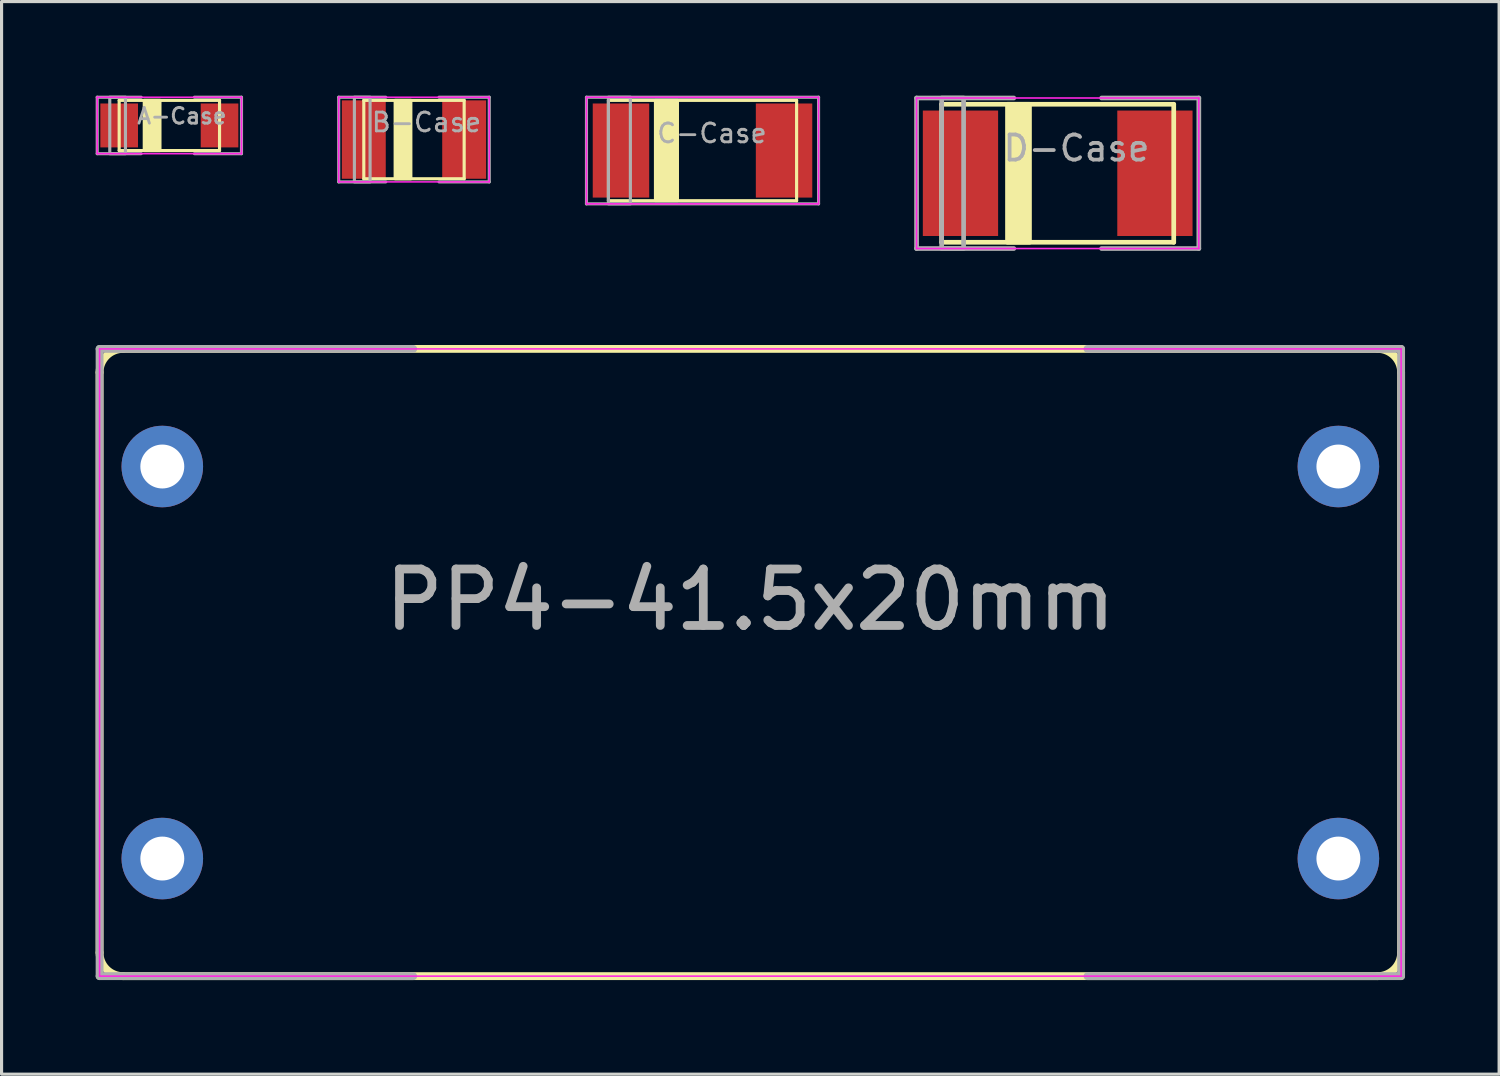
<source format=kicad_pcb>
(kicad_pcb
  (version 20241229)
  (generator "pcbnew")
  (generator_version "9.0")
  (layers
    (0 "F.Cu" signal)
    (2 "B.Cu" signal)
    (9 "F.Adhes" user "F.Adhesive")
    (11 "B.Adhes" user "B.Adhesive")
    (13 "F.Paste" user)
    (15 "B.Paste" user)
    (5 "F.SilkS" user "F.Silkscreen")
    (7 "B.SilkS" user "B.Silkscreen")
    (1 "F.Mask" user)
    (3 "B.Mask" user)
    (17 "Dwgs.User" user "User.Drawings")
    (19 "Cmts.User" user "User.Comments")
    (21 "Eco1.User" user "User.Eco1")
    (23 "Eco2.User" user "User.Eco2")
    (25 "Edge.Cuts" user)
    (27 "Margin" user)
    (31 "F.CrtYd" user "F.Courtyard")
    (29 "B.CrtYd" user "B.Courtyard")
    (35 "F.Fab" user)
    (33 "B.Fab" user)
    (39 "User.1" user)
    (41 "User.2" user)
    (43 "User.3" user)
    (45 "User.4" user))
  (footprint "D-Case"
    (layer "F.Cu")
    (at 30.675 2.475)
    (property "Reference" "D-Case" (at 0.6 -0.8 0) (layer "F.Fab") (effects (font (size 0.8 0.8) (thickness 0.12))))
    (attr smd)
    (fp_line (start -3.7 -2.2) (end 3.7 -2.2) (stroke (width 0.15) (type solid)) (layer "F.SilkS"))
    (fp_line (start -3.7 2.2) (end -3.7 -2.2) (stroke (width 0.15) (type solid)) (layer "F.SilkS"))
    (fp_line (start -3.7 2.2) (end 3.7 2.2) (stroke (width 0.15) (type solid)) (layer "F.SilkS"))
    (fp_line (start 3.7 2.2) (end 3.7 -2.2) (stroke (width 0.15) (type solid)) (layer "F.SilkS"))
    (fp_poly (pts (xy -1.6 -2.2) (xy -0.9 -2.2) (xy -0.9 2.2) (xy -1.6 2.2)) (stroke (width 0.15) (type solid)) (fill yes) (layer "F.SilkS"))
    (fp_line (start -4.5 -2.4) (end -4.5 2.4) (stroke (width 0.05) (type solid)) (layer "F.CrtYd"))
    (fp_line (start -4.5 -2.4) (end 4.5 -2.4) (stroke (width 0.05) (type solid)) (layer "F.CrtYd"))
    (fp_line (start -4.5 2.4) (end 4.5 2.4) (stroke (width 0.05) (type solid)) (layer "F.CrtYd"))
    (fp_line (start 4.5 -2.4) (end 4.5 2.4) (stroke (width 0.05) (type solid)) (layer "F.CrtYd"))
    (fp_line (start -4.5 -2.4) (end -4.5 2.4) (stroke (width 0.15) (type solid)) (layer "F.Fab"))
    (fp_line (start -1.4 -2.4) (end -4.5 -2.4) (stroke (width 0.15) (type solid)) (layer "F.Fab"))
    (fp_line (start -1.4 2.4) (end -4.5 2.4) (stroke (width 0.15) (type solid)) (layer "F.Fab"))
    (fp_line (start 4.5 -2.4) (end 1.4 -2.4) (stroke (width 0.15) (type solid)) (layer "F.Fab"))
    (fp_line (start 4.5 -2.4) (end 4.5 2.4) (stroke (width 0.15) (type solid)) (layer "F.Fab"))
    (fp_line (start 4.5 2.4) (end 1.4 2.4) (stroke (width 0.15) (type solid)) (layer "F.Fab"))
    (fp_poly (pts (xy -3.7 -2.4) (xy -3.7 2.4) (xy -3 2.4) (xy -3 -2.4)) (stroke (width 0.15) (type solid)) (fill no) (layer "F.Fab"))
    (pad "1" smd rect (at -3.1 0) (size 2.4 4) (layers "F.Cu" "F.Mask" "F.Paste"))
    (pad "2" smd rect (at 3.1 0) (size 2.4 4) (layers "F.Cu" "F.Mask" "F.Paste")))
  (footprint "B-Case"
    (layer "F.Cu")
    (at 10.15 1.4)
    (property "Reference" "B-Case" (at 0.4 -0.55 0) (layer "F.Fab") (effects (font (size 0.6 0.6) (thickness 0.09))))
    (attr smd)
    (fp_line (start -1.6 -1.25) (end 1.6 -1.25) (stroke (width 0.1) (type solid)) (layer "F.SilkS"))
    (fp_line (start -1.6 1.25) (end -1.6 -1.25) (stroke (width 0.1) (type solid)) (layer "F.SilkS"))
    (fp_line (start 1.6 -1.25) (end 1.6 1.25) (stroke (width 0.1) (type solid)) (layer "F.SilkS"))
    (fp_line (start 1.6 1.25) (end -1.6 1.25) (stroke (width 0.1) (type solid)) (layer "F.SilkS"))
    (fp_poly (pts (xy -0.6 -1.25) (xy -0.1 -1.25) (xy -0.1 1.25) (xy -0.6 1.25)) (stroke (width 0.1) (type solid)) (fill yes) (layer "F.SilkS"))
    (fp_line (start -2.4 -1.35) (end 2.4 -1.35) (stroke (width 0.05) (type solid)) (layer "F.CrtYd"))
    (fp_line (start -2.4 1.35) (end -2.4 -1.35) (stroke (width 0.05) (type solid)) (layer "F.CrtYd"))
    (fp_line (start 2.4 -1.35) (end 2.4 1.35) (stroke (width 0.05) (type solid)) (layer "F.CrtYd"))
    (fp_line (start 2.4 1.35) (end -2.4 1.35) (stroke (width 0.05) (type solid)) (layer "F.CrtYd"))
    (fp_line (start -2.4 -1.35) (end -2.4 1.35) (stroke (width 0.1) (type solid)) (layer "F.Fab"))
    (fp_line (start -2.4 1.35) (end -0.9 1.35) (stroke (width 0.1) (type solid)) (layer "F.Fab"))
    (fp_line (start -0.9 -1.35) (end -2.4 -1.35) (stroke (width 0.1) (type solid)) (layer "F.Fab"))
    (fp_line (start 0.8 -1.35) (end 2.4 -1.35) (stroke (width 0.1) (type solid)) (layer "F.Fab"))
    (fp_line (start 2.4 -1.35) (end 2.4 1.35) (stroke (width 0.1) (type solid)) (layer "F.Fab"))
    (fp_line (start 2.4 1.35) (end 0.8 1.35) (stroke (width 0.1) (type solid)) (layer "F.Fab"))
    (fp_poly (pts (xy -1.9 -1.35) (xy -1.9 1.35) (xy -1.4 1.35) (xy -1.4 -1.35)) (stroke (width 0.1) (type solid)) (fill no) (layer "F.Fab"))
    (pad "1" smd rect (at -1.6 0) (size 1.4 2.5) (layers "F.Cu" "F.Mask" "F.Paste"))
    (pad "2" smd rect (at 1.6 0) (size 1.4 2.5) (layers "F.Cu" "F.Mask" "F.Paste")))
  (footprint "PP4-41.5x20mm"
    (layer "F.Cu")
    (at 20.875 18.075)
    (property "Reference" "PP4-41.5x20mm" (at 0 -2 0) (layer "F.Fab") (effects (font (size 1.8 1.8) (thickness 0.28))))
    (attr through_hole)
    (fp_line (start -20.75 9.25) (end -20.75 -9.25) (stroke (width 0.25) (type solid)) (layer "F.SilkS"))
    (fp_line (start -20 10) (end 20 10) (stroke (width 0.25) (type solid)) (layer "F.SilkS"))
    (fp_line (start 20 -10) (end -20 -10) (stroke (width 0.25) (type solid)) (layer "F.SilkS"))
    (fp_line (start 20.75 -9.25) (end 20.75 9.25) (stroke (width 0.25) (type solid)) (layer "F.SilkS"))
    (fp_arc (start -20.75 -9.25) (mid -20.53033 -9.78033) (end -20 -10) (stroke (width 0.25) (type default)) (layer "F.SilkS"))
    (fp_arc (start -20 10) (mid -20.53033 9.78033) (end -20.75 9.25) (stroke (width 0.25) (type default)) (layer "F.SilkS"))
    (fp_arc (start 20 -10) (mid 20.53033 -9.78033) (end 20.75 -9.25) (stroke (width 0.25) (type default)) (layer "F.SilkS"))
    (fp_arc (start 20.75 9.25) (mid 20.53033 9.78033) (end 20 10) (stroke (width 0.25) (type default)) (layer "F.SilkS"))
    (fp_line (start -20.75 -10) (end -20.75 10) (stroke (width 0.05) (type solid)) (layer "F.CrtYd"))
    (fp_line (start -20.75 -10) (end 20.75 -10) (stroke (width 0.05) (type solid)) (layer "F.CrtYd"))
    (fp_line (start 20.75 -10) (end 20.75 10) (stroke (width 0.05) (type solid)) (layer "F.CrtYd"))
    (fp_line (start 20.75 10) (end -20.75 10) (stroke (width 0.05) (type solid)) (layer "F.CrtYd"))
    (fp_line (start -20.75 -10) (end -10.75 -10) (stroke (width 0.25) (type solid)) (layer "F.Fab"))
    (fp_line (start -20.75 10) (end -20.75 -10) (stroke (width 0.25) (type solid)) (layer "F.Fab"))
    (fp_line (start -20.75 10) (end -10.75 10) (stroke (width 0.25) (type solid)) (layer "F.Fab"))
    (fp_line (start 20.75 -10) (end 10.75 -10) (stroke (width 0.25) (type solid)) (layer "F.Fab"))
    (fp_line (start 20.75 10) (end 10.75 10) (stroke (width 0.25) (type solid)) (layer "F.Fab"))
    (fp_line (start 20.75 10) (end 20.75 -10) (stroke (width 0.25) (type solid)) (layer "F.Fab"))
    (pad "1" thru_hole circle (at -18.75 -6.25) (size 2.6 2.6) (drill 1.4) (layers "*.Cu" "*.Mask"))
    (pad "1" thru_hole circle (at -18.75 6.25) (size 2.6 2.6) (drill 1.4) (layers "*.Cu" "*.Mask"))
    (pad "2" thru_hole circle (at 18.75 -6.25) (size 2.6 2.6) (drill 1.4) (layers "*.Cu" "*.Mask"))
    (pad "2" thru_hole circle (at 18.75 6.25) (size 2.6 2.6) (drill 1.4) (layers "*.Cu" "*.Mask")))
  (footprint "A-Case"
    (layer "F.Cu")
    (at 2.35 0.95)
    (property "Reference" "A-Case" (at 0.4 -0.3 0) (layer "F.Fab") (effects (font (size 0.5 0.5) (thickness 0.09))))
    (attr smd)
    (fp_line (start -1.6 -0.8) (end 1.6 -0.8) (stroke (width 0.1) (type solid)) (layer "F.SilkS"))
    (fp_line (start -1.6 0.8) (end -1.6 -0.8) (stroke (width 0.1) (type solid)) (layer "F.SilkS"))
    (fp_line (start 1.6 -0.8) (end 1.6 0.8) (stroke (width 0.1) (type solid)) (layer "F.SilkS"))
    (fp_line (start 1.6 0.8) (end -1.6 0.8) (stroke (width 0.1) (type solid)) (layer "F.SilkS"))
    (fp_poly (pts (xy -0.8 -0.8) (xy -0.3 -0.8) (xy -0.3 0.8) (xy -0.8 0.8)) (stroke (width 0.1) (type solid)) (fill yes) (layer "F.SilkS"))
    (fp_line (start -2.3 -0.9) (end 2.3 -0.9) (stroke (width 0.05) (type solid)) (layer "F.CrtYd"))
    (fp_line (start -2.3 0.9) (end -2.3 -0.9) (stroke (width 0.05) (type solid)) (layer "F.CrtYd"))
    (fp_line (start 2.3 -0.9) (end 2.3 0.9) (stroke (width 0.05) (type solid)) (layer "F.CrtYd"))
    (fp_line (start 2.3 0.9) (end -2.3 0.9) (stroke (width 0.05) (type solid)) (layer "F.CrtYd"))
    (fp_line (start -2.3 -0.9) (end -2.3 0.9) (stroke (width 0.1) (type solid)) (layer "F.Fab"))
    (fp_line (start -2.3 0.9) (end -0.9 0.9) (stroke (width 0.1) (type solid)) (layer "F.Fab"))
    (fp_line (start -0.9 -0.9) (end -2.3 -0.9) (stroke (width 0.1) (type solid)) (layer "F.Fab"))
    (fp_line (start 0.8 -0.9) (end 2.3 -0.9) (stroke (width 0.1) (type solid)) (layer "F.Fab"))
    (fp_line (start 2.3 -0.9) (end 2.3 0.9) (stroke (width 0.1) (type solid)) (layer "F.Fab"))
    (fp_line (start 2.3 0.9) (end 0.8 0.9) (stroke (width 0.1) (type solid)) (layer "F.Fab"))
    (fp_poly (pts (xy -1.9 -0.9) (xy -1.9 0.9) (xy -1.4 0.9) (xy -1.4 -0.9)) (stroke (width 0.1) (type solid)) (fill no) (layer "F.Fab"))
    (pad "1" smd rect (at -1.6 0) (size 1.2 1.4) (layers "F.Cu" "F.Mask" "F.Paste"))
    (pad "2" smd rect (at 1.6 0) (size 1.2 1.4) (layers "F.Cu" "F.Mask" "F.Paste")))
  (footprint "C-Case"
    (layer "F.Cu")
    (at 19.35 1.75)
    (property "Reference" "C-Case" (at 0.3 -0.55 0) (layer "F.Fab") (effects (font (size 0.6 0.6) (thickness 0.09))))
    (attr smd)
    (fp_line (start -3 -1.6) (end 3 -1.6) (stroke (width 0.1) (type solid)) (layer "F.SilkS"))
    (fp_line (start -3 1.6) (end -3 -1.6) (stroke (width 0.1) (type solid)) (layer "F.SilkS"))
    (fp_line (start -3 1.6) (end 3 1.6) (stroke (width 0.1) (type solid)) (layer "F.SilkS"))
    (fp_line (start 3 1.6) (end 3 -1.6) (stroke (width 0.1) (type solid)) (layer "F.SilkS"))
    (fp_poly (pts (xy -1.5 -1.6) (xy -0.8 -1.6) (xy -0.8 1.6) (xy -1.5 1.6)) (stroke (width 0.1) (type solid)) (fill yes) (layer "F.SilkS"))
    (fp_line (start -3.7 1.7) (end -3.7 -1.7) (stroke (width 0.05) (type solid)) (layer "F.CrtYd"))
    (fp_line (start 3.7 -1.7) (end -3.7 -1.7) (stroke (width 0.05) (type solid)) (layer "F.CrtYd"))
    (fp_line (start 3.7 1.7) (end -3.7 1.7) (stroke (width 0.05) (type solid)) (layer "F.CrtYd"))
    (fp_line (start 3.7 1.7) (end 3.7 -1.7) (stroke (width 0.05) (type solid)) (layer "F.CrtYd"))
    (fp_line (start -3.7 -1.7) (end -3.7 1.7) (stroke (width 0.1) (type solid)) (layer "F.Fab"))
    (fp_line (start 3.7 -1.7) (end -3.7 -1.7) (stroke (width 0.1) (type solid)) (layer "F.Fab"))
    (fp_line (start 3.7 -1.7) (end 3.7 1.7) (stroke (width 0.1) (type solid)) (layer "F.Fab"))
    (fp_line (start 3.7 1.7) (end -3.7 1.7) (stroke (width 0.1) (type solid)) (layer "F.Fab"))
    (fp_poly (pts (xy -3 -1.7) (xy -3 1.7) (xy -2.3 1.7) (xy -2.3 -1.7)) (stroke (width 0.1) (type solid)) (fill no) (layer "F.Fab"))
    (pad "1" smd rect (at -2.6 0) (size 1.8 3) (layers "F.Cu" "F.Mask" "F.Paste"))
    (pad "2" smd rect (at 2.6 0) (size 1.8 3) (layers "F.Cu" "F.Mask" "F.Paste")))
  (gr_rect
    (start -3 -3)
    (end 44.75 31.2)
    (stroke (width 0.1) (type default))
    (fill no)
    (layer "Edge.Cuts")))
</source>
